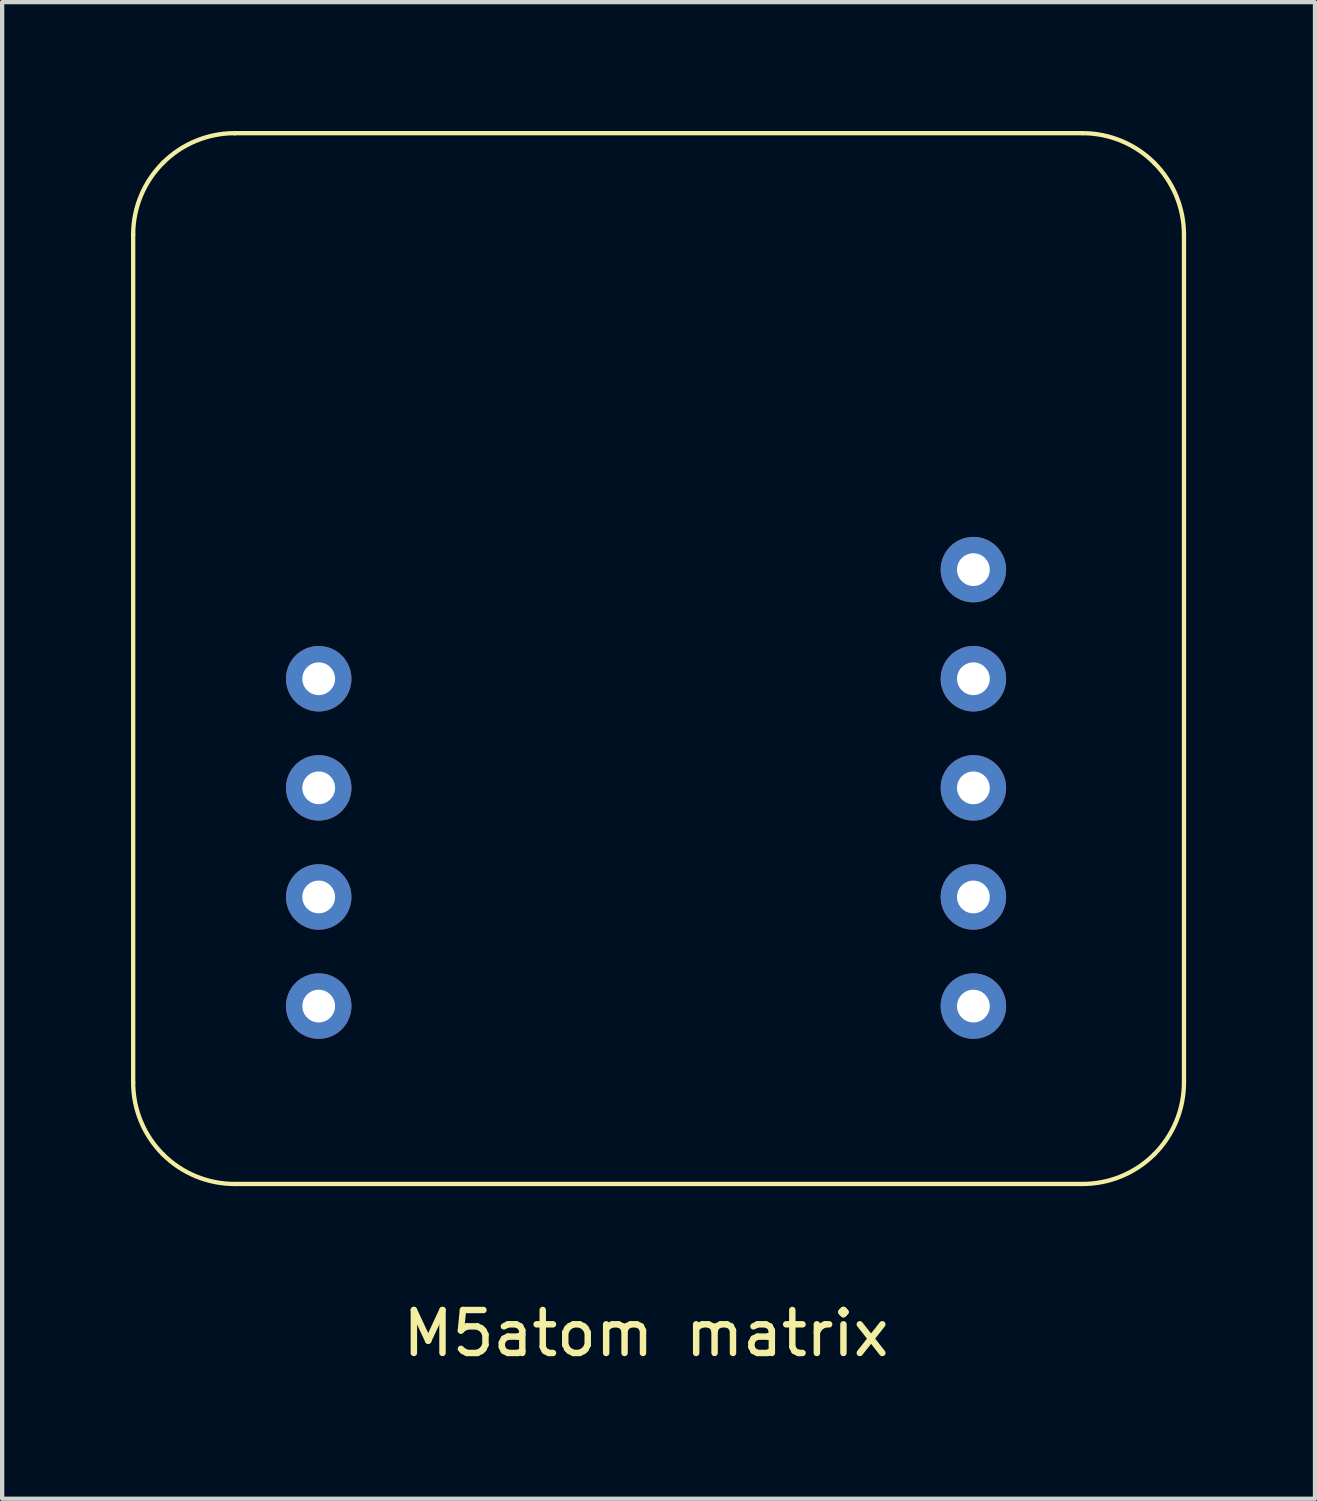
<source format=kicad_pcb>
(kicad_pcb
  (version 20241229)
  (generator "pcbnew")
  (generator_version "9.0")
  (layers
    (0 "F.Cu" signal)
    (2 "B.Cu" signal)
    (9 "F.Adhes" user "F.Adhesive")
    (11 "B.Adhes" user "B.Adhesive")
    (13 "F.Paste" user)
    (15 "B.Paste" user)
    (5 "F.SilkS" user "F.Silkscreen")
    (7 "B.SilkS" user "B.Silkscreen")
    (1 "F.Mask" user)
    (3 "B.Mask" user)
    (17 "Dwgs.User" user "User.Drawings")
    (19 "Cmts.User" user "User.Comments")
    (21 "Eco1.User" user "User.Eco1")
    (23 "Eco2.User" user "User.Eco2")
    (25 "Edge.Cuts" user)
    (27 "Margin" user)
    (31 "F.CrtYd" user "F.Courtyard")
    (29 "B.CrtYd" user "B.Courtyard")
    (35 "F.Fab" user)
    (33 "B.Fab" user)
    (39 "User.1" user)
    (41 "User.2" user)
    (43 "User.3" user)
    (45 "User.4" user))
  (footprint "M5atom matrix"
    (layer "F.Cu")
    (at 11.989 12.75)
    (property "Reference" "M5atom matrix" (at 0 15.24 0) (layer "F.SilkS") (effects (font (size 1 1) (thickness 0.15))))
    (attr through_hole)
    (fp_line (start -11.939 9.399) (end -11.939 -10.338) (stroke (width 0.1) (type solid)) (layer "F.SilkS"))
    (fp_line (start -9.577 -12.7) (end -9.577 -12.7) (stroke (width 0.1) (type solid)) (layer "F.SilkS"))
    (fp_line (start -9.577 -12.7) (end 10.16 -12.7) (stroke (width 0.1) (type solid)) (layer "F.SilkS"))
    (fp_line (start 10.16 11.761) (end -9.577 11.761) (stroke (width 0.1) (type solid)) (layer "F.SilkS"))
    (fp_line (start 12.522 -10.338) (end 12.522 9.399) (stroke (width 0.1) (type solid)) (layer "F.SilkS"))
    (fp_curve (pts (xy -11.939 -10.338) (xy -11.939 -10.964) (xy -11.69 -11.565) (xy -11.247 -12.008)) (stroke (width 0.1) (type solid)) (layer "F.SilkS"))
    (fp_curve (pts (xy -11.247 -12.008) (xy -10.804 -12.451) (xy -10.203 -12.7) (xy -9.577 -12.7)) (stroke (width 0.1) (type solid)) (layer "F.SilkS"))
    (fp_curve (pts (xy -11.247 11.07) (xy -11.69 10.627) (xy -11.939 10.026) (xy -11.939 9.399)) (stroke (width 0.1) (type solid)) (layer "F.SilkS"))
    (fp_curve (pts (xy -9.577 11.761) (xy -10.203 11.761) (xy -10.804 11.513) (xy -11.247 11.07)) (stroke (width 0.1) (type solid)) (layer "F.SilkS"))
    (fp_curve (pts (xy 10.16 -12.7) (xy 10.787 -12.7) (xy 11.387 -12.451) (xy 11.83 -12.008)) (stroke (width 0.1) (type solid)) (layer "F.SilkS"))
    (fp_curve (pts (xy 11.83 -12.008) (xy 12.273 -11.565) (xy 12.522 -10.964) (xy 12.522 -10.338)) (stroke (width 0.1) (type solid)) (layer "F.SilkS"))
    (fp_curve (pts (xy 11.83 11.07) (xy 11.387 11.513) (xy 10.787 11.761) (xy 10.16 11.761)) (stroke (width 0.1) (type solid)) (layer "F.SilkS"))
    (fp_curve (pts (xy 12.522 9.399) (xy 12.522 10.026) (xy 12.273 10.627) (xy 11.83 11.07)) (stroke (width 0.1) (type solid)) (layer "F.SilkS"))
    (pad "1" thru_hole circle (at 7.62 -2.54) (size 1.524 1.524) (drill 0.762) (layers "*.Cu" "*.Mask"))
    (pad "2" thru_hole circle (at 7.62 0) (size 1.524 1.524) (drill 0.762) (layers "*.Cu" "*.Mask"))
    (pad "3" thru_hole circle (at 7.62 2.54) (size 1.524 1.524) (drill 0.762) (layers "*.Cu" "*.Mask"))
    (pad "4" thru_hole circle (at 7.62 5.08) (size 1.524 1.524) (drill 0.762) (layers "*.Cu" "*.Mask"))
    (pad "5" thru_hole circle (at 7.62 7.62) (size 1.524 1.524) (drill 0.762) (layers "*.Cu" "*.Mask"))
    (pad "6" thru_hole circle (at -7.62 0) (size 1.524 1.524) (drill 0.762) (layers "*.Cu" "*.Mask"))
    (pad "7" thru_hole circle (at -7.62 2.54) (size 1.524 1.524) (drill 0.762) (layers "*.Cu" "*.Mask"))
    (pad "8" thru_hole circle (at -7.62 5.08) (size 1.524 1.524) (drill 0.762) (layers "*.Cu" "*.Mask"))
    (pad "9" thru_hole circle (at -7.62 7.62) (size 1.524 1.524) (drill 0.762) (layers "*.Cu" "*.Mask")))
  (gr_rect
    (start -3 -3)
    (end 27.561 31.838)
    (stroke (width 0.1) (type default))
    (fill no)
    (layer "Edge.Cuts")))
</source>
